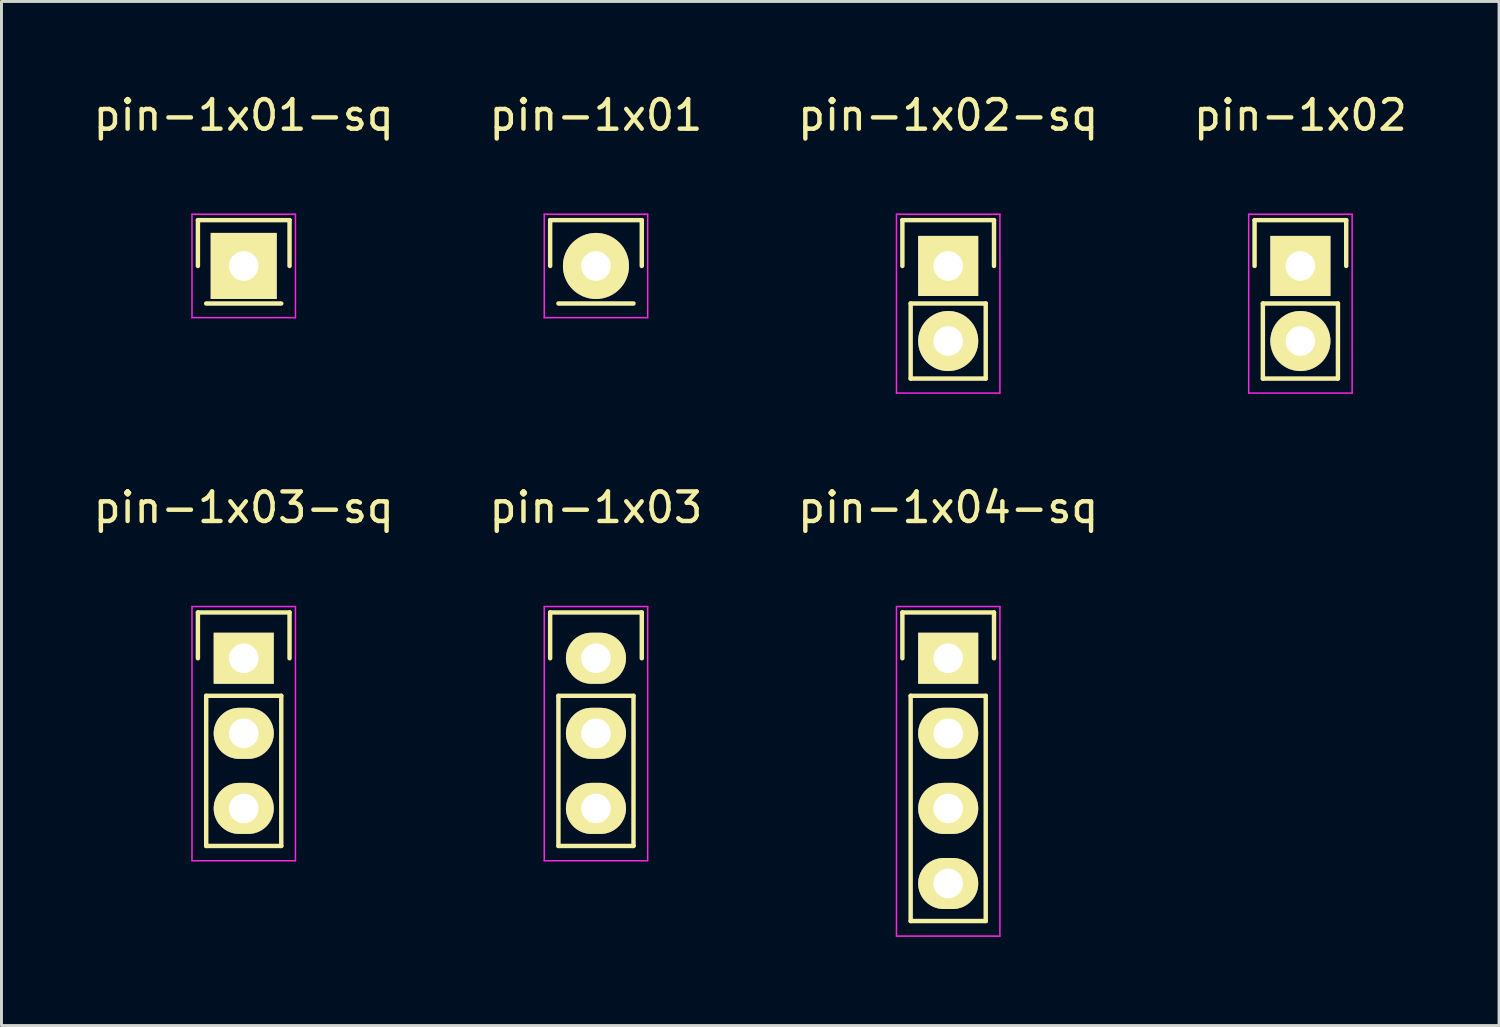
<source format=kicad_pcb>
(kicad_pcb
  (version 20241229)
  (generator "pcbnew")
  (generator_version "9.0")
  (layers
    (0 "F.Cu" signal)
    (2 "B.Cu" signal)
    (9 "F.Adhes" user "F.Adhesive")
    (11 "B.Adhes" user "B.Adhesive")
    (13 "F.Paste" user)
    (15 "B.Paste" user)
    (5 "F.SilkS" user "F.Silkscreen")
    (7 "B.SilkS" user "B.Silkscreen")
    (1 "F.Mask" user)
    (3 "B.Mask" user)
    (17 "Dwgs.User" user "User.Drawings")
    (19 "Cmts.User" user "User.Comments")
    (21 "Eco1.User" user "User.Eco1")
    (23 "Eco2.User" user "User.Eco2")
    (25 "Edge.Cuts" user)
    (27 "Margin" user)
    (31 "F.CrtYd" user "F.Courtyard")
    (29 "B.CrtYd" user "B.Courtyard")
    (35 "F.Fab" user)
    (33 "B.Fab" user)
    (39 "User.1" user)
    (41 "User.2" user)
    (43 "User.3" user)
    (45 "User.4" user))
  (footprint "pin-1x01-sq"
    (layer "F.Cu")
    (at 5.196 5.948)
    (property "Reference" "pin-1x01-sq" (at 0 -5.1 0) (layer "F.SilkS") (effects (font (size 1 1) (thickness 0.15))))
    (attr through_hole)
    (fp_line (start -1.55 -1.55) (end 1.55 -1.55) (stroke (width 0.15) (type solid)) (layer "F.SilkS"))
    (fp_line (start -1.55 0) (end -1.55 -1.55) (stroke (width 0.15) (type solid)) (layer "F.SilkS"))
    (fp_line (start -1.27 1.27) (end 1.27 1.27) (stroke (width 0.15) (type solid)) (layer "F.SilkS"))
    (fp_line (start 1.55 -1.55) (end 1.55 0) (stroke (width 0.15) (type solid)) (layer "F.SilkS"))
    (fp_line (start -1.75 -1.75) (end -1.75 1.75) (stroke (width 0.05) (type solid)) (layer "F.CrtYd"))
    (fp_line (start -1.75 -1.75) (end 1.75 -1.75) (stroke (width 0.05) (type solid)) (layer "F.CrtYd"))
    (fp_line (start -1.75 1.75) (end 1.75 1.75) (stroke (width 0.05) (type solid)) (layer "F.CrtYd"))
    (fp_line (start 1.75 -1.75) (end 1.75 1.75) (stroke (width 0.05) (type solid)) (layer "F.CrtYd"))
    (pad "1" thru_hole rect (at 0 0) (size 2.235 2.235) (drill 1) (layers "*.Cu" "*.Mask" "F.SilkS")))
  (footprint "pin-1x02-sq"
    (layer "F.Cu")
    (at 29.03 5.948)
    (property "Reference" "pin-1x02-sq" (at 0 -5.1 0) (layer "F.SilkS") (effects (font (size 1 1) (thickness 0.15))))
    (attr through_hole)
    (fp_line (start -1.55 -1.55) (end 1.55 -1.55) (stroke (width 0.15) (type solid)) (layer "F.SilkS"))
    (fp_line (start -1.55 0) (end -1.55 -1.55) (stroke (width 0.15) (type solid)) (layer "F.SilkS"))
    (fp_line (start -1.27 1.27) (end -1.27 3.81) (stroke (width 0.15) (type solid)) (layer "F.SilkS"))
    (fp_line (start -1.27 3.81) (end 1.27 3.81) (stroke (width 0.15) (type solid)) (layer "F.SilkS"))
    (fp_line (start 1.27 1.27) (end -1.27 1.27) (stroke (width 0.15) (type solid)) (layer "F.SilkS"))
    (fp_line (start 1.27 1.27) (end 1.27 3.81) (stroke (width 0.15) (type solid)) (layer "F.SilkS"))
    (fp_line (start 1.55 -1.55) (end 1.55 0) (stroke (width 0.15) (type solid)) (layer "F.SilkS"))
    (fp_line (start -1.75 -1.75) (end -1.75 4.3) (stroke (width 0.05) (type solid)) (layer "F.CrtYd"))
    (fp_line (start -1.75 -1.75) (end 1.75 -1.75) (stroke (width 0.05) (type solid)) (layer "F.CrtYd"))
    (fp_line (start -1.75 4.3) (end 1.75 4.3) (stroke (width 0.05) (type solid)) (layer "F.CrtYd"))
    (fp_line (start 1.75 -1.75) (end 1.75 4.3) (stroke (width 0.05) (type solid)) (layer "F.CrtYd"))
    (pad "1" thru_hole rect (at 0 0) (size 2.032 2.032) (drill 1) (layers "*.Cu" "*.Mask" "F.SilkS"))
    (pad "2" thru_hole oval (at 0 2.54) (size 2.032 2.032) (drill 1) (layers "*.Cu" "*.Mask" "F.SilkS")))
  (footprint "pin-1x03-sq"
    (layer "F.Cu")
    (at 5.196 19.221)
    (property "Reference" "pin-1x03-sq" (at 0 -5.1 0) (layer "F.SilkS") (effects (font (size 1 1) (thickness 0.15))))
    (attr through_hole)
    (fp_line (start -1.55 -1.55) (end 1.55 -1.55) (stroke (width 0.15) (type solid)) (layer "F.SilkS"))
    (fp_line (start -1.55 0) (end -1.55 -1.55) (stroke (width 0.15) (type solid)) (layer "F.SilkS"))
    (fp_line (start -1.27 1.27) (end -1.27 6.35) (stroke (width 0.15) (type solid)) (layer "F.SilkS"))
    (fp_line (start -1.27 6.35) (end 1.27 6.35) (stroke (width 0.15) (type solid)) (layer "F.SilkS"))
    (fp_line (start 1.27 1.27) (end -1.27 1.27) (stroke (width 0.15) (type solid)) (layer "F.SilkS"))
    (fp_line (start 1.27 6.35) (end 1.27 1.27) (stroke (width 0.15) (type solid)) (layer "F.SilkS"))
    (fp_line (start 1.55 -1.55) (end 1.55 0) (stroke (width 0.15) (type solid)) (layer "F.SilkS"))
    (fp_line (start -1.75 -1.75) (end -1.75 6.85) (stroke (width 0.05) (type solid)) (layer "F.CrtYd"))
    (fp_line (start -1.75 -1.75) (end 1.75 -1.75) (stroke (width 0.05) (type solid)) (layer "F.CrtYd"))
    (fp_line (start -1.75 6.85) (end 1.75 6.85) (stroke (width 0.05) (type solid)) (layer "F.CrtYd"))
    (fp_line (start 1.75 -1.75) (end 1.75 6.85) (stroke (width 0.05) (type solid)) (layer "F.CrtYd"))
    (pad "1" thru_hole rect (at 0 0) (size 2.032 1.727) (drill 1) (layers "*.Cu" "*.Mask" "F.SilkS"))
    (pad "2" thru_hole oval (at 0 2.54) (size 2.032 1.727) (drill 1) (layers "*.Cu" "*.Mask" "F.SilkS"))
    (pad "3" thru_hole oval (at 0 5.08) (size 2.032 1.727) (drill 1) (layers "*.Cu" "*.Mask" "F.SilkS")))
  (footprint "pin-1x02"
    (layer "F.Cu")
    (at 40.946 5.948)
    (property "Reference" "pin-1x02" (at 0 -5.1 0) (layer "F.SilkS") (effects (font (size 1 1) (thickness 0.15))))
    (attr through_hole)
    (fp_line (start -1.55 -1.55) (end 1.55 -1.55) (stroke (width 0.15) (type solid)) (layer "F.SilkS"))
    (fp_line (start -1.55 0) (end -1.55 -1.55) (stroke (width 0.15) (type solid)) (layer "F.SilkS"))
    (fp_line (start -1.27 1.27) (end -1.27 3.81) (stroke (width 0.15) (type solid)) (layer "F.SilkS"))
    (fp_line (start -1.27 3.81) (end 1.27 3.81) (stroke (width 0.15) (type solid)) (layer "F.SilkS"))
    (fp_line (start 1.27 1.27) (end -1.27 1.27) (stroke (width 0.15) (type solid)) (layer "F.SilkS"))
    (fp_line (start 1.27 1.27) (end 1.27 3.81) (stroke (width 0.15) (type solid)) (layer "F.SilkS"))
    (fp_line (start 1.55 -1.55) (end 1.55 0) (stroke (width 0.15) (type solid)) (layer "F.SilkS"))
    (fp_line (start -1.75 -1.75) (end -1.75 4.3) (stroke (width 0.05) (type solid)) (layer "F.CrtYd"))
    (fp_line (start -1.75 -1.75) (end 1.75 -1.75) (stroke (width 0.05) (type solid)) (layer "F.CrtYd"))
    (fp_line (start -1.75 4.3) (end 1.75 4.3) (stroke (width 0.05) (type solid)) (layer "F.CrtYd"))
    (fp_line (start 1.75 -1.75) (end 1.75 4.3) (stroke (width 0.05) (type solid)) (layer "F.CrtYd"))
    (pad "1" thru_hole rect (at 0 0) (size 2.032 2.032) (drill 1) (layers "*.Cu" "*.Mask" "F.SilkS"))
    (pad "2" thru_hole oval (at 0 2.54) (size 2.032 2.032) (drill 1) (layers "*.Cu" "*.Mask" "F.SilkS")))
  (footprint "pin-1x01"
    (layer "F.Cu")
    (at 17.113 5.948)
    (property "Reference" "pin-1x01" (at 0 -5.1 0) (layer "F.SilkS") (effects (font (size 1 1) (thickness 0.15))))
    (attr through_hole)
    (fp_line (start -1.55 -1.55) (end 1.55 -1.55) (stroke (width 0.15) (type solid)) (layer "F.SilkS"))
    (fp_line (start -1.55 0) (end -1.55 -1.55) (stroke (width 0.15) (type solid)) (layer "F.SilkS"))
    (fp_line (start -1.27 1.27) (end 1.27 1.27) (stroke (width 0.15) (type solid)) (layer "F.SilkS"))
    (fp_line (start 1.55 -1.55) (end 1.55 0) (stroke (width 0.15) (type solid)) (layer "F.SilkS"))
    (fp_line (start -1.75 -1.75) (end -1.75 1.75) (stroke (width 0.05) (type solid)) (layer "F.CrtYd"))
    (fp_line (start -1.75 -1.75) (end 1.75 -1.75) (stroke (width 0.05) (type solid)) (layer "F.CrtYd"))
    (fp_line (start -1.75 1.75) (end 1.75 1.75) (stroke (width 0.05) (type solid)) (layer "F.CrtYd"))
    (fp_line (start 1.75 -1.75) (end 1.75 1.75) (stroke (width 0.05) (type solid)) (layer "F.CrtYd"))
    (pad "1" thru_hole oval (at 0 0) (size 2.235 2.235) (drill 1) (layers "*.Cu" "*.Mask" "F.SilkS")))
  (footprint "pin-1x03"
    (layer "F.Cu")
    (at 17.113 19.221)
    (property "Reference" "pin-1x03" (at 0 -5.1 0) (layer "F.SilkS") (effects (font (size 1 1) (thickness 0.15))))
    (attr through_hole)
    (fp_line (start -1.55 -1.55) (end 1.55 -1.55) (stroke (width 0.15) (type solid)) (layer "F.SilkS"))
    (fp_line (start -1.55 0) (end -1.55 -1.55) (stroke (width 0.15) (type solid)) (layer "F.SilkS"))
    (fp_line (start -1.27 1.27) (end -1.27 6.35) (stroke (width 0.15) (type solid)) (layer "F.SilkS"))
    (fp_line (start -1.27 6.35) (end 1.27 6.35) (stroke (width 0.15) (type solid)) (layer "F.SilkS"))
    (fp_line (start 1.27 1.27) (end -1.27 1.27) (stroke (width 0.15) (type solid)) (layer "F.SilkS"))
    (fp_line (start 1.27 6.35) (end 1.27 1.27) (stroke (width 0.15) (type solid)) (layer "F.SilkS"))
    (fp_line (start 1.55 -1.55) (end 1.55 0) (stroke (width 0.15) (type solid)) (layer "F.SilkS"))
    (fp_line (start -1.75 -1.75) (end -1.75 6.85) (stroke (width 0.05) (type solid)) (layer "F.CrtYd"))
    (fp_line (start -1.75 -1.75) (end 1.75 -1.75) (stroke (width 0.05) (type solid)) (layer "F.CrtYd"))
    (fp_line (start -1.75 6.85) (end 1.75 6.85) (stroke (width 0.05) (type solid)) (layer "F.CrtYd"))
    (fp_line (start 1.75 -1.75) (end 1.75 6.85) (stroke (width 0.05) (type solid)) (layer "F.CrtYd"))
    (pad "1" thru_hole oval (at 0 0) (size 2.032 1.727) (drill 1) (layers "*.Cu" "*.Mask" "F.SilkS"))
    (pad "2" thru_hole oval (at 0 2.54) (size 2.032 1.727) (drill 1) (layers "*.Cu" "*.Mask" "F.SilkS"))
    (pad "3" thru_hole oval (at 0 5.08) (size 2.032 1.727) (drill 1) (layers "*.Cu" "*.Mask" "F.SilkS")))
  (footprint "pin-1x04-sq"
    (layer "F.Cu")
    (at 29.03 19.221)
    (property "Reference" "pin-1x04-sq" (at 0 -5.1 0) (layer "F.SilkS") (effects (font (size 1 1) (thickness 0.15))))
    (attr through_hole)
    (fp_line (start -1.55 -1.55) (end 1.55 -1.55) (stroke (width 0.15) (type solid)) (layer "F.SilkS"))
    (fp_line (start -1.55 0) (end -1.55 -1.55) (stroke (width 0.15) (type solid)) (layer "F.SilkS"))
    (fp_line (start -1.27 1.27) (end -1.27 8.89) (stroke (width 0.15) (type solid)) (layer "F.SilkS"))
    (fp_line (start -1.27 8.89) (end 1.27 8.89) (stroke (width 0.15) (type solid)) (layer "F.SilkS"))
    (fp_line (start 1.27 1.27) (end -1.27 1.27) (stroke (width 0.15) (type solid)) (layer "F.SilkS"))
    (fp_line (start 1.27 1.27) (end 1.27 8.89) (stroke (width 0.15) (type solid)) (layer "F.SilkS"))
    (fp_line (start 1.55 -1.55) (end 1.55 0) (stroke (width 0.15) (type solid)) (layer "F.SilkS"))
    (fp_line (start -1.75 -1.75) (end -1.75 9.4) (stroke (width 0.05) (type solid)) (layer "F.CrtYd"))
    (fp_line (start -1.75 -1.75) (end 1.75 -1.75) (stroke (width 0.05) (type solid)) (layer "F.CrtYd"))
    (fp_line (start -1.75 9.4) (end 1.75 9.4) (stroke (width 0.05) (type solid)) (layer "F.CrtYd"))
    (fp_line (start 1.75 -1.75) (end 1.75 9.4) (stroke (width 0.05) (type solid)) (layer "F.CrtYd"))
    (pad "1" thru_hole rect (at 0 0) (size 2.032 1.727) (drill 1) (layers "*.Cu" "*.Mask" "F.SilkS"))
    (pad "2" thru_hole oval (at 0 2.54) (size 2.032 1.727) (drill 1) (layers "*.Cu" "*.Mask" "F.SilkS"))
    (pad "3" thru_hole oval (at 0 5.08) (size 2.032 1.727) (drill 1) (layers "*.Cu" "*.Mask" "F.SilkS"))
    (pad "4" thru_hole oval (at 0 7.62) (size 2.032 1.727) (drill 1) (layers "*.Cu" "*.Mask" "F.SilkS")))
  (gr_rect
    (start -3 -3)
    (end 47.667 31.646)
    (stroke (width 0.1) (type default))
    (fill no)
    (layer "Edge.Cuts")))
</source>
